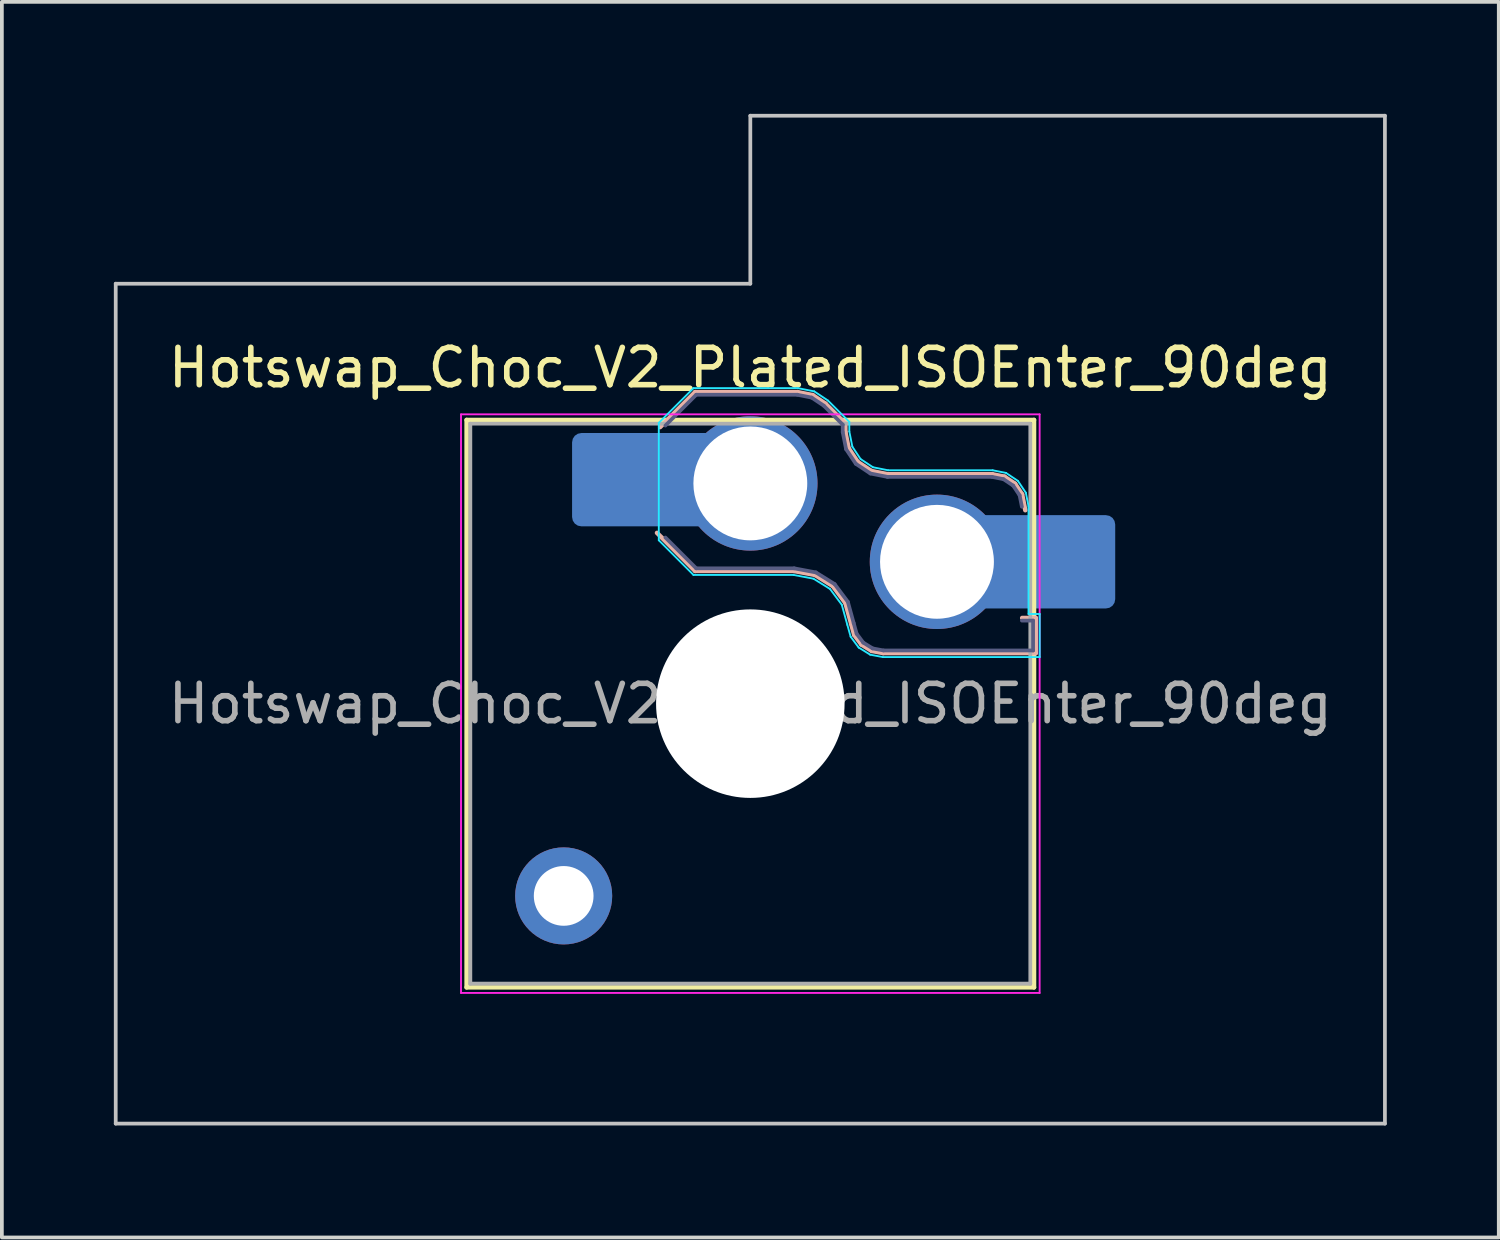
<source format=kicad_pcb>
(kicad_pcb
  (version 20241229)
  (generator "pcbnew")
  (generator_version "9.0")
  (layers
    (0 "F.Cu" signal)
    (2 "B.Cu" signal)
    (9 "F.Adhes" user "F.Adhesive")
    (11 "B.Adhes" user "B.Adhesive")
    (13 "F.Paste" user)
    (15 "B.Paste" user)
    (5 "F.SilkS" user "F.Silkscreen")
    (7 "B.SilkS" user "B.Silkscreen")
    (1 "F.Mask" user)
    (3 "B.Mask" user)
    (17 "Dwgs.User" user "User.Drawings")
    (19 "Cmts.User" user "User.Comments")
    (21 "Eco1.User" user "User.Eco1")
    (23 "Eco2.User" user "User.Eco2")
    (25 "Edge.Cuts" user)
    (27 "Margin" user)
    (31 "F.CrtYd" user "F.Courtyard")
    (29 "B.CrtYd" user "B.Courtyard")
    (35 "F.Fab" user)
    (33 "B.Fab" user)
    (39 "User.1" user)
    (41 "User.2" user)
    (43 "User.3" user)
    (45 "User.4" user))
  (footprint "Hotswap_Choc_V2_Plated_ISOEnter_90deg"
    (layer "F.Cu")
    (at 17.05 15.8)
    (property "Reference" "Hotswap_Choc_V2_Plated_ISOEnter_90deg" (at 0 -9 0) (layer "F.SilkS") (effects (font (size 1 1) (thickness 0.15))))
    (attr smd)
    (fp_line (start -7.6 -7.6) (end -7.6 7.6) (stroke (width 0.12) (type solid)) (layer "F.SilkS"))
    (fp_line (start -7.6 7.6) (end 7.6 7.6) (stroke (width 0.12) (type solid)) (layer "F.SilkS"))
    (fp_line (start 7.6 -7.6) (end -7.6 -7.6) (stroke (width 0.12) (type solid)) (layer "F.SilkS"))
    (fp_line (start 7.6 7.6) (end 7.6 -7.6) (stroke (width 0.12) (type solid)) (layer "F.SilkS"))
    (fp_line (start -2.416 -7.409) (end -1.479 -8.346) (stroke (width 0.12) (type solid)) (layer "B.SilkS"))
    (fp_line (start -1.479 -8.346) (end 1.268 -8.346) (stroke (width 0.12) (type solid)) (layer "B.SilkS"))
    (fp_line (start -1.479 -3.554) (end -2.5 -4.575) (stroke (width 0.12) (type solid)) (layer "B.SilkS"))
    (fp_line (start 1.168 -3.554) (end -1.479 -3.554) (stroke (width 0.12) (type solid)) (layer "B.SilkS"))
    (fp_line (start 1.268 -8.346) (end 1.671 -8.266) (stroke (width 0.12) (type solid)) (layer "B.SilkS"))
    (fp_line (start 1.671 -8.266) (end 2.013 -8.037) (stroke (width 0.12) (type solid)) (layer "B.SilkS"))
    (fp_line (start 1.73 -3.449) (end 1.168 -3.554) (stroke (width 0.12) (type solid)) (layer "B.SilkS"))
    (fp_line (start 2.013 -8.037) (end 2.546 -7.504) (stroke (width 0.12) (type solid)) (layer "B.SilkS"))
    (fp_line (start 2.209 -3.15) (end 1.73 -3.449) (stroke (width 0.12) (type solid)) (layer "B.SilkS"))
    (fp_line (start 2.546 -7.504) (end 2.546 -7.282) (stroke (width 0.12) (type solid)) (layer "B.SilkS"))
    (fp_line (start 2.546 -7.282) (end 2.633 -6.844) (stroke (width 0.12) (type solid)) (layer "B.SilkS"))
    (fp_line (start 2.547 -2.697) (end 2.209 -3.15) (stroke (width 0.12) (type solid)) (layer "B.SilkS"))
    (fp_line (start 2.633 -6.844) (end 2.877 -6.477) (stroke (width 0.12) (type solid)) (layer "B.SilkS"))
    (fp_line (start 2.701 -2.139) (end 2.547 -2.697) (stroke (width 0.12) (type solid)) (layer "B.SilkS"))
    (fp_line (start 2.783 -1.841) (end 2.701 -2.139) (stroke (width 0.12) (type solid)) (layer "B.SilkS"))
    (fp_line (start 2.877 -6.477) (end 3.244 -6.233) (stroke (width 0.12) (type solid)) (layer "B.SilkS"))
    (fp_line (start 2.976 -1.583) (end 2.783 -1.841) (stroke (width 0.12) (type solid)) (layer "B.SilkS"))
    (fp_line (start 3.244 -6.233) (end 3.682 -6.146) (stroke (width 0.12) (type solid)) (layer "B.SilkS"))
    (fp_line (start 3.25 -1.413) (end 2.976 -1.583) (stroke (width 0.12) (type solid)) (layer "B.SilkS"))
    (fp_line (start 3.56 -1.354) (end 3.25 -1.413) (stroke (width 0.12) (type solid)) (layer "B.SilkS"))
    (fp_line (start 3.682 -6.146) (end 6.482 -6.146) (stroke (width 0.12) (type solid)) (layer "B.SilkS"))
    (fp_line (start 6.482 -6.146) (end 6.809 -6.081) (stroke (width 0.12) (type solid)) (layer "B.SilkS"))
    (fp_line (start 6.809 -6.081) (end 7.092 -5.892) (stroke (width 0.12) (type solid)) (layer "B.SilkS"))
    (fp_line (start 7.092 -5.892) (end 7.281 -5.609) (stroke (width 0.12) (type solid)) (layer "B.SilkS"))
    (fp_line (start 7.281 -5.609) (end 7.366 -5.182) (stroke (width 0.12) (type solid)) (layer "B.SilkS"))
    (fp_line (start 7.283 -2.296) (end 7.646 -2.296) (stroke (width 0.12) (type solid)) (layer "B.SilkS"))
    (fp_line (start 7.646 -2.296) (end 7.646 -1.354) (stroke (width 0.12) (type solid)) (layer "B.SilkS"))
    (fp_line (start 7.646 -1.354) (end 3.56 -1.354) (stroke (width 0.12) (type solid)) (layer "B.SilkS"))
    (fp_line (start -17 -11.25) (end -17 11.25) (stroke (width 0.1) (type solid)) (layer "Dwgs.User"))
    (fp_line (start -17 11.25) (end 17 11.25) (stroke (width 0.1) (type solid)) (layer "Dwgs.User"))
    (fp_line (start 0 -15.75) (end 0 -11.25) (stroke (width 0.1) (type solid)) (layer "Dwgs.User"))
    (fp_line (start 0 -11.25) (end -17 -11.25) (stroke (width 0.1) (type solid)) (layer "Dwgs.User"))
    (fp_line (start 17 -15.75) (end 0 -15.75) (stroke (width 0.1) (type solid)) (layer "Dwgs.User"))
    (fp_line (start 17 11.25) (end 17 -15.75) (stroke (width 0.1) (type solid)) (layer "Dwgs.User"))
    (fp_line (start -7.25 -7.25) (end -7.25 7.25) (stroke (width 0.1) (type solid)) (layer "Eco1.User"))
    (fp_line (start -7.25 7.25) (end 7.25 7.25) (stroke (width 0.1) (type solid)) (layer "Eco1.User"))
    (fp_line (start 7.25 -7.25) (end -7.25 -7.25) (stroke (width 0.1) (type solid)) (layer "Eco1.User"))
    (fp_line (start 7.25 7.25) (end 7.25 -7.25) (stroke (width 0.1) (type solid)) (layer "Eco1.User"))
    (fp_line (start -2.452 -7.523) (end -1.523 -8.452) (stroke (width 0.05) (type solid)) (layer "B.CrtYd"))
    (fp_line (start -2.452 -4.377) (end -2.452 -7.523) (stroke (width 0.05) (type solid)) (layer "B.CrtYd"))
    (fp_line (start -1.523 -8.452) (end 1.278 -8.452) (stroke (width 0.05) (type solid)) (layer "B.CrtYd"))
    (fp_line (start -1.523 -3.448) (end -2.452 -4.377) (stroke (width 0.05) (type solid)) (layer "B.CrtYd"))
    (fp_line (start 1.159 -3.448) (end -1.523 -3.448) (stroke (width 0.05) (type solid)) (layer "B.CrtYd"))
    (fp_line (start 1.278 -8.452) (end 1.712 -8.366) (stroke (width 0.05) (type solid)) (layer "B.CrtYd"))
    (fp_line (start 1.691 -3.348) (end 1.159 -3.448) (stroke (width 0.05) (type solid)) (layer "B.CrtYd"))
    (fp_line (start 1.712 -8.366) (end 2.081 -8.119) (stroke (width 0.05) (type solid)) (layer "B.CrtYd"))
    (fp_line (start 2.081 -8.119) (end 2.652 -7.548) (stroke (width 0.05) (type solid)) (layer "B.CrtYd"))
    (fp_line (start 2.136 -3.071) (end 1.691 -3.348) (stroke (width 0.05) (type solid)) (layer "B.CrtYd"))
    (fp_line (start 2.45 -2.65) (end 2.136 -3.071) (stroke (width 0.05) (type solid)) (layer "B.CrtYd"))
    (fp_line (start 2.599 -2.111) (end 2.45 -2.65) (stroke (width 0.05) (type solid)) (layer "B.CrtYd"))
    (fp_line (start 2.652 -7.548) (end 2.652 -7.292) (stroke (width 0.05) (type solid)) (layer "B.CrtYd"))
    (fp_line (start 2.652 -7.292) (end 2.733 -6.885) (stroke (width 0.05) (type solid)) (layer "B.CrtYd"))
    (fp_line (start 2.687 -1.794) (end 2.599 -2.111) (stroke (width 0.05) (type solid)) (layer "B.CrtYd"))
    (fp_line (start 2.733 -6.885) (end 2.953 -6.553) (stroke (width 0.05) (type solid)) (layer "B.CrtYd"))
    (fp_line (start 2.903 -1.503) (end 2.687 -1.794) (stroke (width 0.05) (type solid)) (layer "B.CrtYd"))
    (fp_line (start 2.953 -6.553) (end 3.285 -6.333) (stroke (width 0.05) (type solid)) (layer "B.CrtYd"))
    (fp_line (start 3.211 -1.312) (end 2.903 -1.503) (stroke (width 0.05) (type solid)) (layer "B.CrtYd"))
    (fp_line (start 3.285 -6.333) (end 3.692 -6.252) (stroke (width 0.05) (type solid)) (layer "B.CrtYd"))
    (fp_line (start 3.55 -1.248) (end 3.211 -1.312) (stroke (width 0.05) (type solid)) (layer "B.CrtYd"))
    (fp_line (start 3.692 -6.252) (end 6.492 -6.252) (stroke (width 0.05) (type solid)) (layer "B.CrtYd"))
    (fp_line (start 6.492 -6.252) (end 6.85 -6.181) (stroke (width 0.05) (type solid)) (layer "B.CrtYd"))
    (fp_line (start 6.85 -6.181) (end 7.168 -5.968) (stroke (width 0.05) (type solid)) (layer "B.CrtYd"))
    (fp_line (start 7.168 -5.968) (end 7.381 -5.65) (stroke (width 0.05) (type solid)) (layer "B.CrtYd"))
    (fp_line (start 7.381 -5.65) (end 7.452 -5.292) (stroke (width 0.05) (type solid)) (layer "B.CrtYd"))
    (fp_line (start 7.452 -5.292) (end 7.452 -2.402) (stroke (width 0.05) (type solid)) (layer "B.CrtYd"))
    (fp_line (start 7.452 -2.402) (end 7.752 -2.402) (stroke (width 0.05) (type solid)) (layer "B.CrtYd"))
    (fp_line (start 7.752 -2.402) (end 7.752 -1.248) (stroke (width 0.05) (type solid)) (layer "B.CrtYd"))
    (fp_line (start 7.752 -1.248) (end 3.55 -1.248) (stroke (width 0.05) (type solid)) (layer "B.CrtYd"))
    (fp_line (start -7.75 -7.75) (end -7.75 7.75) (stroke (width 0.05) (type solid)) (layer "F.CrtYd"))
    (fp_line (start -7.75 7.75) (end 7.75 7.75) (stroke (width 0.05) (type solid)) (layer "F.CrtYd"))
    (fp_line (start 7.75 -7.75) (end -7.75 -7.75) (stroke (width 0.05) (type solid)) (layer "F.CrtYd"))
    (fp_line (start 7.75 7.75) (end 7.75 -7.75) (stroke (width 0.05) (type solid)) (layer "F.CrtYd"))
    (fp_line (start -2.275 -7.45) (end -1.45 -8.275) (stroke (width 0.1) (type solid)) (layer "B.Fab"))
    (fp_line (start -1.45 -8.275) (end 1.261 -8.275) (stroke (width 0.1) (type solid)) (layer "B.Fab"))
    (fp_line (start -1.45 -3.625) (end -2.275 -4.45) (stroke (width 0.1) (type solid)) (layer "B.Fab"))
    (fp_line (start 1.175 -3.625) (end -1.45 -3.625) (stroke (width 0.1) (type solid)) (layer "B.Fab"))
    (fp_line (start 1.261 -8.275) (end 1.643 -8.199) (stroke (width 0.1) (type solid)) (layer "B.Fab"))
    (fp_line (start 1.643 -8.199) (end 1.968 -7.982) (stroke (width 0.1) (type solid)) (layer "B.Fab"))
    (fp_line (start 1.756 -3.516) (end 1.175 -3.625) (stroke (width 0.1) (type solid)) (layer "B.Fab"))
    (fp_line (start 1.968 -7.982) (end 2.475 -7.475) (stroke (width 0.1) (type solid)) (layer "B.Fab"))
    (fp_line (start 2.258 -3.203) (end 1.756 -3.516) (stroke (width 0.1) (type solid)) (layer "B.Fab"))
    (fp_line (start 2.475 -7.475) (end 2.475 -7.275) (stroke (width 0.1) (type solid)) (layer "B.Fab"))
    (fp_line (start 2.475 -7.275) (end 2.566 -6.816) (stroke (width 0.1) (type solid)) (layer "B.Fab"))
    (fp_line (start 2.566 -6.816) (end 2.826 -6.426) (stroke (width 0.1) (type solid)) (layer "B.Fab"))
    (fp_line (start 2.612 -2.729) (end 2.258 -3.203) (stroke (width 0.1) (type solid)) (layer "B.Fab"))
    (fp_line (start 2.769 -2.158) (end 2.612 -2.729) (stroke (width 0.1) (type solid)) (layer "B.Fab"))
    (fp_line (start 2.826 -6.426) (end 3.216 -6.166) (stroke (width 0.1) (type solid)) (layer "B.Fab"))
    (fp_line (start 2.848 -1.873) (end 2.769 -2.158) (stroke (width 0.1) (type solid)) (layer "B.Fab"))
    (fp_line (start 3.025 -1.636) (end 2.848 -1.873) (stroke (width 0.1) (type solid)) (layer "B.Fab"))
    (fp_line (start 3.216 -6.166) (end 3.675 -6.075) (stroke (width 0.1) (type solid)) (layer "B.Fab"))
    (fp_line (start 3.276 -1.48) (end 3.025 -1.636) (stroke (width 0.1) (type solid)) (layer "B.Fab"))
    (fp_line (start 3.567 -1.425) (end 3.276 -1.48) (stroke (width 0.1) (type solid)) (layer "B.Fab"))
    (fp_line (start 3.675 -6.075) (end 6.475 -6.075) (stroke (width 0.1) (type solid)) (layer "B.Fab"))
    (fp_line (start 6.475 -6.075) (end 6.781 -6.014) (stroke (width 0.1) (type solid)) (layer "B.Fab"))
    (fp_line (start 6.781 -6.014) (end 7.041 -5.841) (stroke (width 0.1) (type solid)) (layer "B.Fab"))
    (fp_line (start 7.041 -5.841) (end 7.214 -5.581) (stroke (width 0.1) (type solid)) (layer "B.Fab"))
    (fp_line (start 7.214 -5.581) (end 7.275 -5.275) (stroke (width 0.1) (type solid)) (layer "B.Fab"))
    (fp_line (start 7.275 -2.225) (end 7.575 -2.225) (stroke (width 0.1) (type solid)) (layer "B.Fab"))
    (fp_line (start 7.575 -2.225) (end 7.575 -1.425) (stroke (width 0.1) (type solid)) (layer "B.Fab"))
    (fp_line (start 7.575 -1.425) (end 3.567 -1.425) (stroke (width 0.1) (type solid)) (layer "B.Fab"))
    (fp_line (start -7.5 -7.5) (end -7.5 7.5) (stroke (width 0.1) (type solid)) (layer "F.Fab"))
    (fp_line (start -7.5 7.5) (end 7.5 7.5) (stroke (width 0.1) (type solid)) (layer "F.Fab"))
    (fp_line (start 7.5 -7.5) (end -7.5 -7.5) (stroke (width 0.1) (type solid)) (layer "F.Fab"))
    (fp_line (start 7.5 7.5) (end 7.5 -7.5) (stroke (width 0.1) (type solid)) (layer "F.Fab"))
    (fp_text user "${REFERENCE}" (at 0 0 0) (layer "F.Fab") (effects (font (size 1 1) (thickness 0.15))))
    (pad "" thru_hole circle (at -5 5.15) (size 2.6 2.6) (drill 1.6) (layers "*.Cu" "*.Mask"))
    (pad "" smd roundrect (at -3.5 -6) (size 2.55 2.5) (layers "B.Mask" "B.Paste") (roundrect_rratio 0.1))
    (pad "" np_thru_hole circle (at 0 0) (size 5.05 5.05) (drill 5.05) (layers "*.Cu" "*.Mask"))
    (pad "" smd roundrect (at 8.5 -3.8) (size 2.55 2.5) (layers "B.Mask" "B.Paste") (roundrect_rratio 0.1))
    (pad "1" smd roundrect (at -2.85 -6) (size 3.85 2.5) (layers "B.Cu") (roundrect_rratio 0.1))
    (pad "1" thru_hole circle (at 0 -5.9) (size 3.6 3.6) (drill 3.05) (layers "*.Cu" "*.Mask"))
    (pad "2" thru_hole circle (at 5 -3.8) (size 3.6 3.6) (drill 3.05) (layers "*.Cu" "*.Mask"))
    (pad "2" smd roundrect (at 7.85 -3.8) (size 3.85 2.5) (layers "B.Cu") (roundrect_rratio 0.1)))
  (gr_rect
    (start -3 -3)
    (end 37.1 30.1)
    (stroke (width 0.1) (type default))
    (fill no)
    (layer "Edge.Cuts")))
</source>
